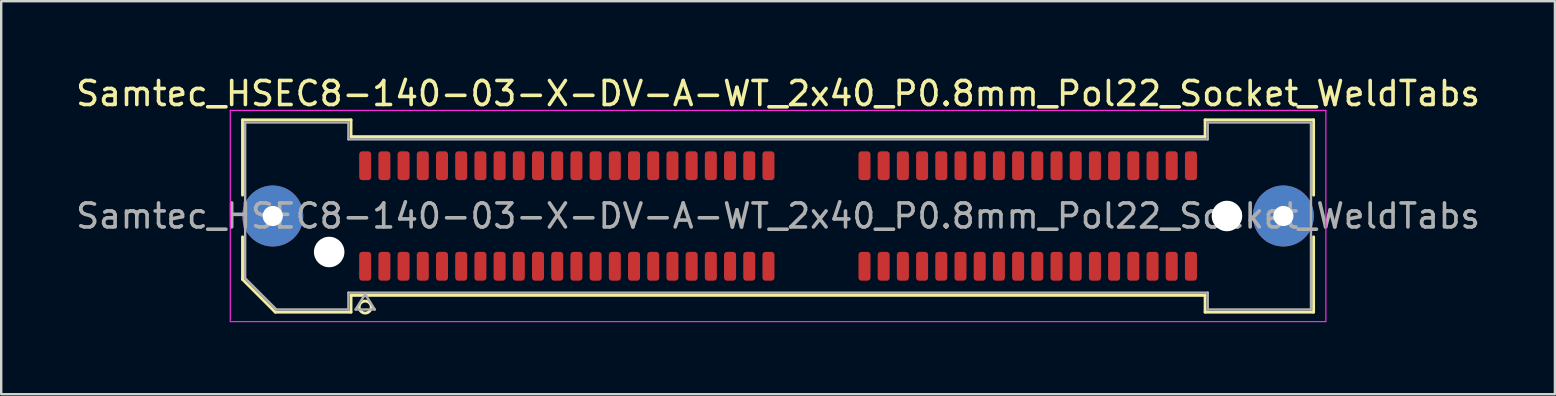
<source format=kicad_pcb>
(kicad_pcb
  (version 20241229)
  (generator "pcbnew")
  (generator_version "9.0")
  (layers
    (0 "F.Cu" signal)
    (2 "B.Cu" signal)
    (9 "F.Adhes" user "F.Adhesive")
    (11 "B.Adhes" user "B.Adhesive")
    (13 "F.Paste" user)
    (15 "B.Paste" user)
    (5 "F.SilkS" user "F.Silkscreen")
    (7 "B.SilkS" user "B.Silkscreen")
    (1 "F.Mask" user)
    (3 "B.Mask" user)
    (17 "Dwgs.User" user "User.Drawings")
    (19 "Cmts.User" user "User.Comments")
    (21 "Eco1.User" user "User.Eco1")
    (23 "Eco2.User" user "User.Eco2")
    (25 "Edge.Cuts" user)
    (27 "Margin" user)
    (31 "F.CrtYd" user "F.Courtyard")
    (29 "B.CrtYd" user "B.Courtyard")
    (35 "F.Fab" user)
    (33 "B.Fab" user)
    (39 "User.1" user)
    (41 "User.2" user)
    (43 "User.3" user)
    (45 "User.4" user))
  (footprint "Samtec_HSEC8-140-03-X-DV-A-WT_2x40_P0.8mm_Pol22_Socket_WeldTabs"
    (layer "F.Cu")
    (at 29.363 5.948)
    (property "Reference" "Samtec_HSEC8-140-03-X-DV-A-WT_2x40_P0.8mm_Pol22_Socket_WeldTabs" (at 0 -5.1 0) (layer "F.SilkS") (effects (font (size 1 1) (thickness 0.15))))
    (attr smd)
    (fp_line (start -22.31 -4.005) (end -17.79 -4.005) (stroke (width 0.12) (type solid)) (layer "F.SilkS"))
    (fp_line (start -22.31 -0.868) (end -22.31 -4.005) (stroke (width 0.12) (type solid)) (layer "F.SilkS"))
    (fp_line (start -22.31 2.641) (end -22.31 0.868) (stroke (width 0.12) (type solid)) (layer "F.SilkS"))
    (fp_line (start -20.946 4.005) (end -22.31 2.641) (stroke (width 0.12) (type solid)) (layer "F.SilkS"))
    (fp_line (start -17.79 -4.005) (end -17.79 -3.305) (stroke (width 0.12) (type solid)) (layer "F.SilkS"))
    (fp_line (start -17.79 -3.305) (end 17.79 -3.305) (stroke (width 0.12) (type solid)) (layer "F.SilkS"))
    (fp_line (start -17.79 3.305) (end -17.79 4.005) (stroke (width 0.12) (type solid)) (layer "F.SilkS"))
    (fp_line (start -17.79 4.005) (end -20.946 4.005) (stroke (width 0.12) (type solid)) (layer "F.SilkS"))
    (fp_line (start 17.79 -4.005) (end 22.31 -4.005) (stroke (width 0.12) (type solid)) (layer "F.SilkS"))
    (fp_line (start 17.79 -3.305) (end 17.79 -4.005) (stroke (width 0.12) (type solid)) (layer "F.SilkS"))
    (fp_line (start 17.79 3.305) (end -17.79 3.305) (stroke (width 0.12) (type solid)) (layer "F.SilkS"))
    (fp_line (start 17.79 4.005) (end 17.79 3.305) (stroke (width 0.12) (type solid)) (layer "F.SilkS"))
    (fp_line (start 22.31 -4.005) (end 22.31 -0.868) (stroke (width 0.12) (type solid)) (layer "F.SilkS"))
    (fp_line (start 22.31 0.868) (end 22.31 4.005) (stroke (width 0.12) (type solid)) (layer "F.SilkS"))
    (fp_line (start 22.31 4.005) (end 17.79 4.005) (stroke (width 0.12) (type solid)) (layer "F.SilkS"))
    (fp_circle (center -17.2 3.795) (end -16.95 3.795) (stroke (width 0.12) (type solid)) (fill no) (layer "F.SilkS"))
    (fp_line (start -22.82 -4.4) (end -22.82 4.4) (stroke (width 0.05) (type solid)) (layer "F.CrtYd"))
    (fp_line (start -22.82 4.4) (end 22.82 4.4) (stroke (width 0.05) (type solid)) (layer "F.CrtYd"))
    (fp_line (start 22.82 -4.4) (end -22.82 -4.4) (stroke (width 0.05) (type solid)) (layer "F.CrtYd"))
    (fp_line (start 22.82 4.4) (end 22.82 -4.4) (stroke (width 0.05) (type solid)) (layer "F.CrtYd"))
    (fp_line (start -22.2 -3.895) (end -17.9 -3.895) (stroke (width 0.1) (type solid)) (layer "F.Fab"))
    (fp_line (start -22.2 2.595) (end -22.2 -3.895) (stroke (width 0.1) (type solid)) (layer "F.Fab"))
    (fp_line (start -20.9 3.895) (end -22.2 2.595) (stroke (width 0.1) (type solid)) (layer "F.Fab"))
    (fp_line (start -17.9 -3.895) (end -17.9 -3.195) (stroke (width 0.1) (type solid)) (layer "F.Fab"))
    (fp_line (start -17.9 -3.195) (end 17.9 -3.195) (stroke (width 0.1) (type solid)) (layer "F.Fab"))
    (fp_line (start -17.9 3.195) (end -17.9 3.895) (stroke (width 0.1) (type solid)) (layer "F.Fab"))
    (fp_line (start -17.9 3.895) (end -20.9 3.895) (stroke (width 0.1) (type solid)) (layer "F.Fab"))
    (fp_line (start -17.6 3.895) (end -17.2 3.255) (stroke (width 0.1) (type solid)) (layer "F.Fab"))
    (fp_line (start -17.2 3.255) (end -16.8 3.895) (stroke (width 0.1) (type solid)) (layer "F.Fab"))
    (fp_line (start -16.8 3.895) (end -17.6 3.895) (stroke (width 0.1) (type solid)) (layer "F.Fab"))
    (fp_line (start 17.9 -3.895) (end 22.2 -3.895) (stroke (width 0.1) (type solid)) (layer "F.Fab"))
    (fp_line (start 17.9 -3.195) (end 17.9 -3.895) (stroke (width 0.1) (type solid)) (layer "F.Fab"))
    (fp_line (start 17.9 3.195) (end -17.9 3.195) (stroke (width 0.1) (type solid)) (layer "F.Fab"))
    (fp_line (start 17.9 3.895) (end 17.9 3.195) (stroke (width 0.1) (type solid)) (layer "F.Fab"))
    (fp_line (start 22.2 -3.895) (end 22.2 3.895) (stroke (width 0.1) (type solid)) (layer "F.Fab"))
    (fp_line (start 22.2 3.895) (end 17.9 3.895) (stroke (width 0.1) (type solid)) (layer "F.Fab"))
    (fp_text user "${REFERENCE}" (at 0 0 0) (layer "F.Fab") (effects (font (size 1 1) (thickness 0.15))))
    (pad "" thru_hole circle (at -21.05 0) (size 2.54 2.54) (drill 0.84) (layers "*.Cu" "*.Mask" "F.Paste"))
    (pad "" np_thru_hole circle (at -18.7 1.5) (size 1.27 1.27) (drill 1.27) (layers "*.Cu" "*.Mask"))
    (pad "" np_thru_hole circle (at 18.7 0) (size 1.27 1.27) (drill 1.27) (layers "*.Cu" "*.Mask"))
    (pad "" thru_hole circle (at 21.05 0) (size 2.54 2.54) (drill 0.84) (layers "*.Cu" "*.Mask" "F.Paste"))
    (pad "1" smd roundrect (at -17.2 2.095) (size 0.5 1.2) (layers "F.Cu" "F.Mask" "F.Paste") (roundrect_rratio 0.25))
    (pad "2" smd roundrect (at -17.2 -2.095) (size 0.5 1.2) (layers "F.Cu" "F.Mask" "F.Paste") (roundrect_rratio 0.25))
    (pad "3" smd roundrect (at -16.4 2.095) (size 0.5 1.2) (layers "F.Cu" "F.Mask" "F.Paste") (roundrect_rratio 0.25))
    (pad "4" smd roundrect (at -16.4 -2.095) (size 0.5 1.2) (layers "F.Cu" "F.Mask" "F.Paste") (roundrect_rratio 0.25))
    (pad "5" smd roundrect (at -15.6 2.095) (size 0.5 1.2) (layers "F.Cu" "F.Mask" "F.Paste") (roundrect_rratio 0.25))
    (pad "6" smd roundrect (at -15.6 -2.095) (size 0.5 1.2) (layers "F.Cu" "F.Mask" "F.Paste") (roundrect_rratio 0.25))
    (pad "7" smd roundrect (at -14.8 2.095) (size 0.5 1.2) (layers "F.Cu" "F.Mask" "F.Paste") (roundrect_rratio 0.25))
    (pad "8" smd roundrect (at -14.8 -2.095) (size 0.5 1.2) (layers "F.Cu" "F.Mask" "F.Paste") (roundrect_rratio 0.25))
    (pad "9" smd roundrect (at -14 2.095) (size 0.5 1.2) (layers "F.Cu" "F.Mask" "F.Paste") (roundrect_rratio 0.25))
    (pad "10" smd roundrect (at -14 -2.095) (size 0.5 1.2) (layers "F.Cu" "F.Mask" "F.Paste") (roundrect_rratio 0.25))
    (pad "11" smd roundrect (at -13.2 2.095) (size 0.5 1.2) (layers "F.Cu" "F.Mask" "F.Paste") (roundrect_rratio 0.25))
    (pad "12" smd roundrect (at -13.2 -2.095) (size 0.5 1.2) (layers "F.Cu" "F.Mask" "F.Paste") (roundrect_rratio 0.25))
    (pad "13" smd roundrect (at -12.4 2.095) (size 0.5 1.2) (layers "F.Cu" "F.Mask" "F.Paste") (roundrect_rratio 0.25))
    (pad "14" smd roundrect (at -12.4 -2.095) (size 0.5 1.2) (layers "F.Cu" "F.Mask" "F.Paste") (roundrect_rratio 0.25))
    (pad "15" smd roundrect (at -11.6 2.095) (size 0.5 1.2) (layers "F.Cu" "F.Mask" "F.Paste") (roundrect_rratio 0.25))
    (pad "16" smd roundrect (at -11.6 -2.095) (size 0.5 1.2) (layers "F.Cu" "F.Mask" "F.Paste") (roundrect_rratio 0.25))
    (pad "17" smd roundrect (at -10.8 2.095) (size 0.5 1.2) (layers "F.Cu" "F.Mask" "F.Paste") (roundrect_rratio 0.25))
    (pad "18" smd roundrect (at -10.8 -2.095) (size 0.5 1.2) (layers "F.Cu" "F.Mask" "F.Paste") (roundrect_rratio 0.25))
    (pad "19" smd roundrect (at -10 2.095) (size 0.5 1.2) (layers "F.Cu" "F.Mask" "F.Paste") (roundrect_rratio 0.25))
    (pad "20" smd roundrect (at -10 -2.095) (size 0.5 1.2) (layers "F.Cu" "F.Mask" "F.Paste") (roundrect_rratio 0.25))
    (pad "21" smd roundrect (at -9.2 2.095) (size 0.5 1.2) (layers "F.Cu" "F.Mask" "F.Paste") (roundrect_rratio 0.25))
    (pad "22" smd roundrect (at -9.2 -2.095) (size 0.5 1.2) (layers "F.Cu" "F.Mask" "F.Paste") (roundrect_rratio 0.25))
    (pad "23" smd roundrect (at -8.4 2.095) (size 0.5 1.2) (layers "F.Cu" "F.Mask" "F.Paste") (roundrect_rratio 0.25))
    (pad "24" smd roundrect (at -8.4 -2.095) (size 0.5 1.2) (layers "F.Cu" "F.Mask" "F.Paste") (roundrect_rratio 0.25))
    (pad "25" smd roundrect (at -7.6 2.095) (size 0.5 1.2) (layers "F.Cu" "F.Mask" "F.Paste") (roundrect_rratio 0.25))
    (pad "26" smd roundrect (at -7.6 -2.095) (size 0.5 1.2) (layers "F.Cu" "F.Mask" "F.Paste") (roundrect_rratio 0.25))
    (pad "27" smd roundrect (at -6.8 2.095) (size 0.5 1.2) (layers "F.Cu" "F.Mask" "F.Paste") (roundrect_rratio 0.25))
    (pad "28" smd roundrect (at -6.8 -2.095) (size 0.5 1.2) (layers "F.Cu" "F.Mask" "F.Paste") (roundrect_rratio 0.25))
    (pad "29" smd roundrect (at -6 2.095) (size 0.5 1.2) (layers "F.Cu" "F.Mask" "F.Paste") (roundrect_rratio 0.25))
    (pad "30" smd roundrect (at -6 -2.095) (size 0.5 1.2) (layers "F.Cu" "F.Mask" "F.Paste") (roundrect_rratio 0.25))
    (pad "31" smd roundrect (at -5.2 2.095) (size 0.5 1.2) (layers "F.Cu" "F.Mask" "F.Paste") (roundrect_rratio 0.25))
    (pad "32" smd roundrect (at -5.2 -2.095) (size 0.5 1.2) (layers "F.Cu" "F.Mask" "F.Paste") (roundrect_rratio 0.25))
    (pad "33" smd roundrect (at -4.4 2.095) (size 0.5 1.2) (layers "F.Cu" "F.Mask" "F.Paste") (roundrect_rratio 0.25))
    (pad "34" smd roundrect (at -4.4 -2.095) (size 0.5 1.2) (layers "F.Cu" "F.Mask" "F.Paste") (roundrect_rratio 0.25))
    (pad "35" smd roundrect (at -3.6 2.095) (size 0.5 1.2) (layers "F.Cu" "F.Mask" "F.Paste") (roundrect_rratio 0.25))
    (pad "36" smd roundrect (at -3.6 -2.095) (size 0.5 1.2) (layers "F.Cu" "F.Mask" "F.Paste") (roundrect_rratio 0.25))
    (pad "37" smd roundrect (at -2.8 2.095) (size 0.5 1.2) (layers "F.Cu" "F.Mask" "F.Paste") (roundrect_rratio 0.25))
    (pad "38" smd roundrect (at -2.8 -2.095) (size 0.5 1.2) (layers "F.Cu" "F.Mask" "F.Paste") (roundrect_rratio 0.25))
    (pad "39" smd roundrect (at -2 2.095) (size 0.5 1.2) (layers "F.Cu" "F.Mask" "F.Paste") (roundrect_rratio 0.25))
    (pad "40" smd roundrect (at -2 -2.095) (size 0.5 1.2) (layers "F.Cu" "F.Mask" "F.Paste") (roundrect_rratio 0.25))
    (pad "41" smd roundrect (at -1.2 2.095) (size 0.5 1.2) (layers "F.Cu" "F.Mask" "F.Paste") (roundrect_rratio 0.25))
    (pad "42" smd roundrect (at -1.2 -2.095) (size 0.5 1.2) (layers "F.Cu" "F.Mask" "F.Paste") (roundrect_rratio 0.25))
    (pad "43" smd roundrect (at -0.4 2.095) (size 0.5 1.2) (layers "F.Cu" "F.Mask" "F.Paste") (roundrect_rratio 0.25))
    (pad "44" smd roundrect (at -0.4 -2.095) (size 0.5 1.2) (layers "F.Cu" "F.Mask" "F.Paste") (roundrect_rratio 0.25))
    (pad "45" smd roundrect (at 3.6 2.095) (size 0.5 1.2) (layers "F.Cu" "F.Mask" "F.Paste") (roundrect_rratio 0.25))
    (pad "46" smd roundrect (at 3.6 -2.095) (size 0.5 1.2) (layers "F.Cu" "F.Mask" "F.Paste") (roundrect_rratio 0.25))
    (pad "47" smd roundrect (at 4.4 2.095) (size 0.5 1.2) (layers "F.Cu" "F.Mask" "F.Paste") (roundrect_rratio 0.25))
    (pad "48" smd roundrect (at 4.4 -2.095) (size 0.5 1.2) (layers "F.Cu" "F.Mask" "F.Paste") (roundrect_rratio 0.25))
    (pad "49" smd roundrect (at 5.2 2.095) (size 0.5 1.2) (layers "F.Cu" "F.Mask" "F.Paste") (roundrect_rratio 0.25))
    (pad "50" smd roundrect (at 5.2 -2.095) (size 0.5 1.2) (layers "F.Cu" "F.Mask" "F.Paste") (roundrect_rratio 0.25))
    (pad "51" smd roundrect (at 6 2.095) (size 0.5 1.2) (layers "F.Cu" "F.Mask" "F.Paste") (roundrect_rratio 0.25))
    (pad "52" smd roundrect (at 6 -2.095) (size 0.5 1.2) (layers "F.Cu" "F.Mask" "F.Paste") (roundrect_rratio 0.25))
    (pad "53" smd roundrect (at 6.8 2.095) (size 0.5 1.2) (layers "F.Cu" "F.Mask" "F.Paste") (roundrect_rratio 0.25))
    (pad "54" smd roundrect (at 6.8 -2.095) (size 0.5 1.2) (layers "F.Cu" "F.Mask" "F.Paste") (roundrect_rratio 0.25))
    (pad "55" smd roundrect (at 7.6 2.095) (size 0.5 1.2) (layers "F.Cu" "F.Mask" "F.Paste") (roundrect_rratio 0.25))
    (pad "56" smd roundrect (at 7.6 -2.095) (size 0.5 1.2) (layers "F.Cu" "F.Mask" "F.Paste") (roundrect_rratio 0.25))
    (pad "57" smd roundrect (at 8.4 2.095) (size 0.5 1.2) (layers "F.Cu" "F.Mask" "F.Paste") (roundrect_rratio 0.25))
    (pad "58" smd roundrect (at 8.4 -2.095) (size 0.5 1.2) (layers "F.Cu" "F.Mask" "F.Paste") (roundrect_rratio 0.25))
    (pad "59" smd roundrect (at 9.2 2.095) (size 0.5 1.2) (layers "F.Cu" "F.Mask" "F.Paste") (roundrect_rratio 0.25))
    (pad "60" smd roundrect (at 9.2 -2.095) (size 0.5 1.2) (layers "F.Cu" "F.Mask" "F.Paste") (roundrect_rratio 0.25))
    (pad "61" smd roundrect (at 10 2.095) (size 0.5 1.2) (layers "F.Cu" "F.Mask" "F.Paste") (roundrect_rratio 0.25))
    (pad "62" smd roundrect (at 10 -2.095) (size 0.5 1.2) (layers "F.Cu" "F.Mask" "F.Paste") (roundrect_rratio 0.25))
    (pad "63" smd roundrect (at 10.8 2.095) (size 0.5 1.2) (layers "F.Cu" "F.Mask" "F.Paste") (roundrect_rratio 0.25))
    (pad "64" smd roundrect (at 10.8 -2.095) (size 0.5 1.2) (layers "F.Cu" "F.Mask" "F.Paste") (roundrect_rratio 0.25))
    (pad "65" smd roundrect (at 11.6 2.095) (size 0.5 1.2) (layers "F.Cu" "F.Mask" "F.Paste") (roundrect_rratio 0.25))
    (pad "66" smd roundrect (at 11.6 -2.095) (size 0.5 1.2) (layers "F.Cu" "F.Mask" "F.Paste") (roundrect_rratio 0.25))
    (pad "67" smd roundrect (at 12.4 2.095) (size 0.5 1.2) (layers "F.Cu" "F.Mask" "F.Paste") (roundrect_rratio 0.25))
    (pad "68" smd roundrect (at 12.4 -2.095) (size 0.5 1.2) (layers "F.Cu" "F.Mask" "F.Paste") (roundrect_rratio 0.25))
    (pad "69" smd roundrect (at 13.2 2.095) (size 0.5 1.2) (layers "F.Cu" "F.Mask" "F.Paste") (roundrect_rratio 0.25))
    (pad "70" smd roundrect (at 13.2 -2.095) (size 0.5 1.2) (layers "F.Cu" "F.Mask" "F.Paste") (roundrect_rratio 0.25))
    (pad "71" smd roundrect (at 14 2.095) (size 0.5 1.2) (layers "F.Cu" "F.Mask" "F.Paste") (roundrect_rratio 0.25))
    (pad "72" smd roundrect (at 14 -2.095) (size 0.5 1.2) (layers "F.Cu" "F.Mask" "F.Paste") (roundrect_rratio 0.25))
    (pad "73" smd roundrect (at 14.8 2.095) (size 0.5 1.2) (layers "F.Cu" "F.Mask" "F.Paste") (roundrect_rratio 0.25))
    (pad "74" smd roundrect (at 14.8 -2.095) (size 0.5 1.2) (layers "F.Cu" "F.Mask" "F.Paste") (roundrect_rratio 0.25))
    (pad "75" smd roundrect (at 15.6 2.095) (size 0.5 1.2) (layers "F.Cu" "F.Mask" "F.Paste") (roundrect_rratio 0.25))
    (pad "76" smd roundrect (at 15.6 -2.095) (size 0.5 1.2) (layers "F.Cu" "F.Mask" "F.Paste") (roundrect_rratio 0.25))
    (pad "77" smd roundrect (at 16.4 2.095) (size 0.5 1.2) (layers "F.Cu" "F.Mask" "F.Paste") (roundrect_rratio 0.25))
    (pad "78" smd roundrect (at 16.4 -2.095) (size 0.5 1.2) (layers "F.Cu" "F.Mask" "F.Paste") (roundrect_rratio 0.25))
    (pad "79" smd roundrect (at 17.2 2.095) (size 0.5 1.2) (layers "F.Cu" "F.Mask" "F.Paste") (roundrect_rratio 0.25))
    (pad "80" smd roundrect (at 17.2 -2.095) (size 0.5 1.2) (layers "F.Cu" "F.Mask" "F.Paste") (roundrect_rratio 0.25)))
  (gr_rect
    (start -3 -3)
    (end 61.726 13.373)
    (stroke (width 0.1) (type default))
    (fill no)
    (layer "Edge.Cuts")))
</source>
